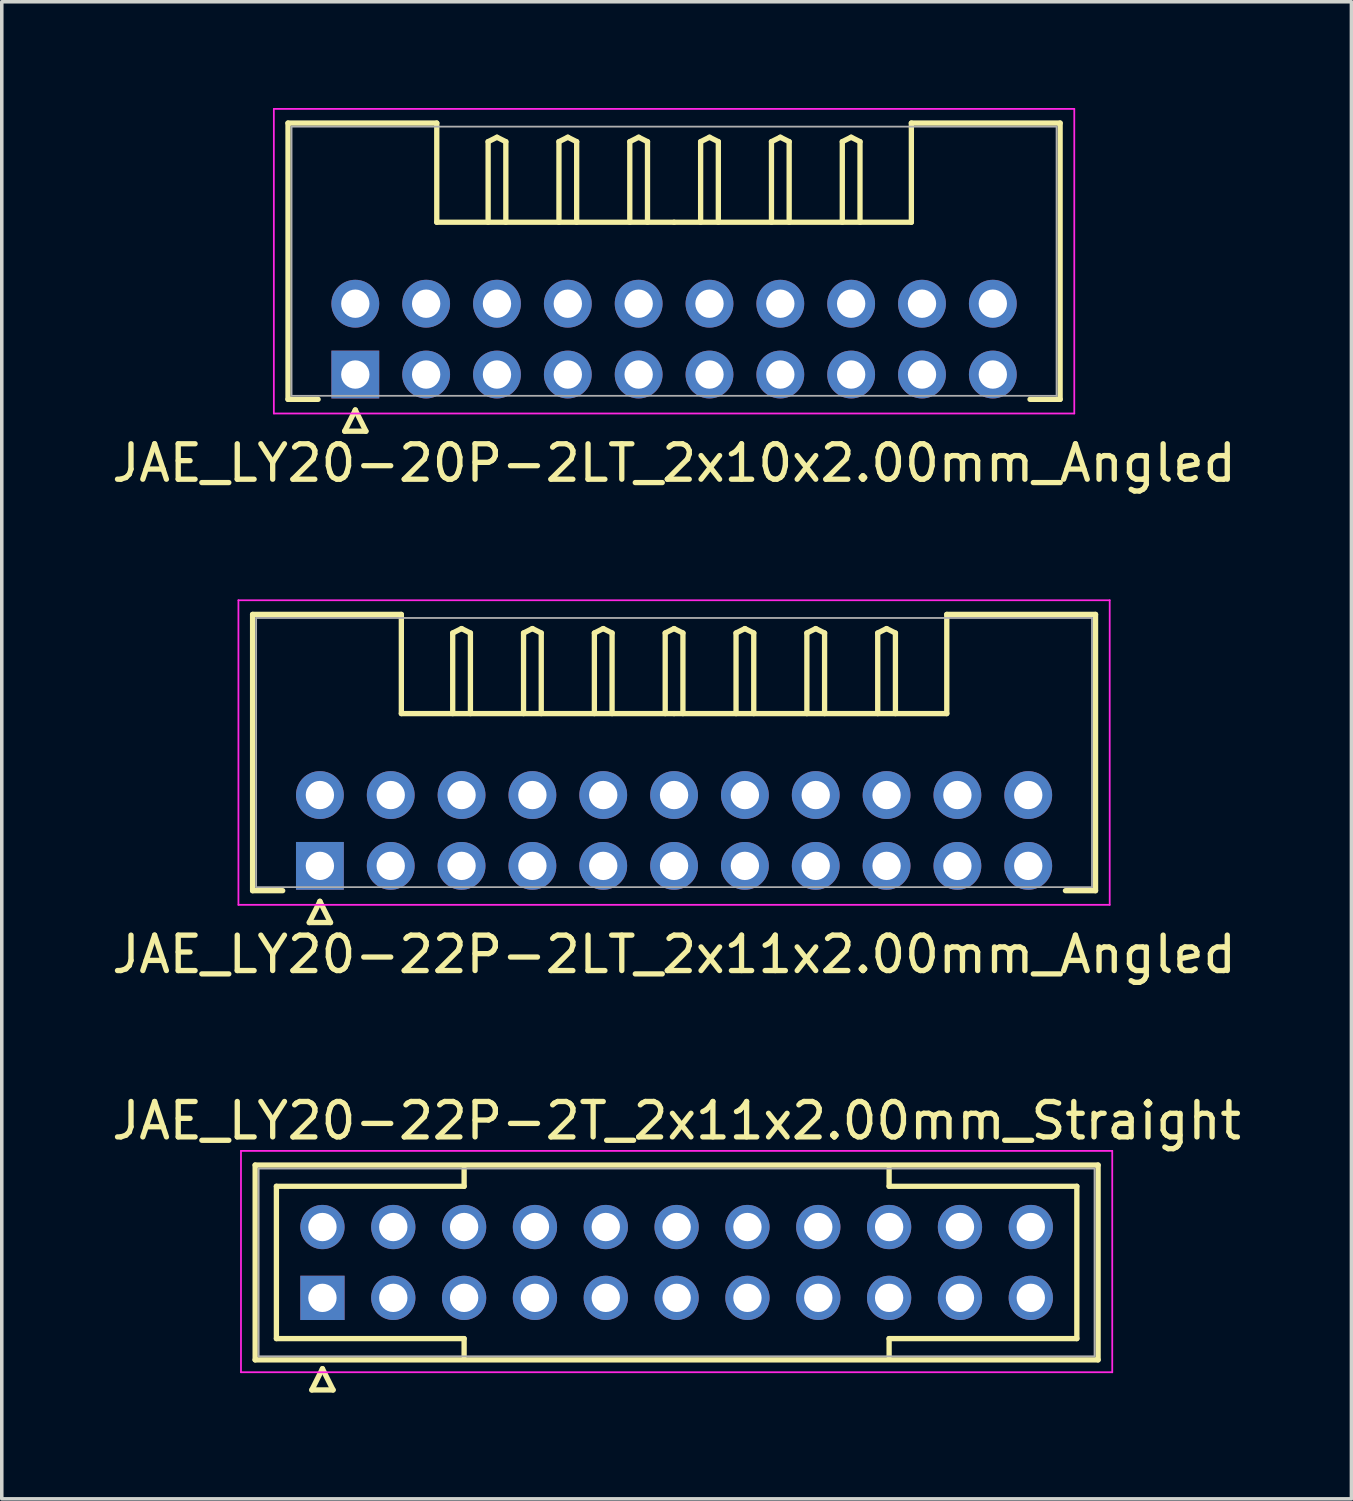
<source format=kicad_pcb>
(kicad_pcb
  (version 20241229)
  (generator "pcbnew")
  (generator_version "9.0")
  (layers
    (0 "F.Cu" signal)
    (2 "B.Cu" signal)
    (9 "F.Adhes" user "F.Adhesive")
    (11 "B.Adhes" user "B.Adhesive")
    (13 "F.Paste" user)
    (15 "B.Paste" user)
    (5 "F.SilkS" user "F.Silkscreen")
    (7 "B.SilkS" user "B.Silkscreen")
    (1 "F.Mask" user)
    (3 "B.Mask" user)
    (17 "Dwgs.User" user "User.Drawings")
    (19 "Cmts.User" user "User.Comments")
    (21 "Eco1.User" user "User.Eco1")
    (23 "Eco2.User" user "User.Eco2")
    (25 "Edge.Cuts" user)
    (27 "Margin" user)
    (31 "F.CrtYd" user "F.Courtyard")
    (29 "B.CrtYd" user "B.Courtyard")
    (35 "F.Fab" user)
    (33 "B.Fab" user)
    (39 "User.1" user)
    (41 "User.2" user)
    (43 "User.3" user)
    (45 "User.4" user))
  (footprint "JAE_LY20-22P-2LT_2x11x2.00mm_Angled"
    (layer "F.Cu")
    (at 5.982 21.398)
    (property "Reference" "JAE_LY20-22P-2LT_2x11x2.00mm_Angled" (at 10 2.5 0) (layer "F.SilkS") (effects (font (size 1 1) (thickness 0.15))))
    (attr through_hole)
    (fp_line (start -1.9 -7.1) (end 2.3 -7.1) (stroke (width 0.15) (type solid)) (layer "F.SilkS"))
    (fp_line (start -1.9 0.7) (end -1.9 -7.1) (stroke (width 0.15) (type solid)) (layer "F.SilkS"))
    (fp_line (start -1.05 0.7) (end -1.9 0.7) (stroke (width 0.15) (type solid)) (layer "F.SilkS"))
    (fp_line (start -0.3 1.6) (end 0.3 1.6) (stroke (width 0.15) (type solid)) (layer "F.SilkS"))
    (fp_line (start 0 1) (end -0.3 1.6) (stroke (width 0.15) (type solid)) (layer "F.SilkS"))
    (fp_line (start 0.3 1.6) (end 0 1) (stroke (width 0.15) (type solid)) (layer "F.SilkS"))
    (fp_line (start 2.3 -7.1) (end 2.3 -4.3) (stroke (width 0.15) (type solid)) (layer "F.SilkS"))
    (fp_line (start 2.3 -4.3) (end 10 -4.3) (stroke (width 0.15) (type solid)) (layer "F.SilkS"))
    (fp_line (start 3.75 -6.575) (end 4 -6.7) (stroke (width 0.15) (type solid)) (layer "F.SilkS"))
    (fp_line (start 3.75 -4.3) (end 3.75 -6.575) (stroke (width 0.15) (type solid)) (layer "F.SilkS"))
    (fp_line (start 4 -6.7) (end 4.25 -6.575) (stroke (width 0.15) (type solid)) (layer "F.SilkS"))
    (fp_line (start 4.25 -6.575) (end 4.25 -4.3) (stroke (width 0.15) (type solid)) (layer "F.SilkS"))
    (fp_line (start 5.75 -6.575) (end 6 -6.7) (stroke (width 0.15) (type solid)) (layer "F.SilkS"))
    (fp_line (start 5.75 -4.3) (end 5.75 -6.575) (stroke (width 0.15) (type solid)) (layer "F.SilkS"))
    (fp_line (start 6 -6.7) (end 6.25 -6.575) (stroke (width 0.15) (type solid)) (layer "F.SilkS"))
    (fp_line (start 6.25 -6.575) (end 6.25 -4.3) (stroke (width 0.15) (type solid)) (layer "F.SilkS"))
    (fp_line (start 7.75 -6.575) (end 8 -6.7) (stroke (width 0.15) (type solid)) (layer "F.SilkS"))
    (fp_line (start 7.75 -4.3) (end 7.75 -6.575) (stroke (width 0.15) (type solid)) (layer "F.SilkS"))
    (fp_line (start 8 -6.7) (end 8.25 -6.575) (stroke (width 0.15) (type solid)) (layer "F.SilkS"))
    (fp_line (start 8.25 -6.575) (end 8.25 -4.3) (stroke (width 0.15) (type solid)) (layer "F.SilkS"))
    (fp_line (start 9.75 -6.575) (end 10 -6.7) (stroke (width 0.15) (type solid)) (layer "F.SilkS"))
    (fp_line (start 9.75 -4.3) (end 9.75 -6.575) (stroke (width 0.15) (type solid)) (layer "F.SilkS"))
    (fp_line (start 10 -6.7) (end 10.25 -6.575) (stroke (width 0.15) (type solid)) (layer "F.SilkS"))
    (fp_line (start 10.25 -6.575) (end 10.25 -4.3) (stroke (width 0.15) (type solid)) (layer "F.SilkS"))
    (fp_line (start 11.75 -6.575) (end 12 -6.7) (stroke (width 0.15) (type solid)) (layer "F.SilkS"))
    (fp_line (start 11.75 -4.3) (end 11.75 -6.575) (stroke (width 0.15) (type solid)) (layer "F.SilkS"))
    (fp_line (start 12 -6.7) (end 12.25 -6.575) (stroke (width 0.15) (type solid)) (layer "F.SilkS"))
    (fp_line (start 12.25 -6.575) (end 12.25 -4.3) (stroke (width 0.15) (type solid)) (layer "F.SilkS"))
    (fp_line (start 13.75 -6.575) (end 14 -6.7) (stroke (width 0.15) (type solid)) (layer "F.SilkS"))
    (fp_line (start 13.75 -4.3) (end 13.75 -6.575) (stroke (width 0.15) (type solid)) (layer "F.SilkS"))
    (fp_line (start 14 -6.7) (end 14.25 -6.575) (stroke (width 0.15) (type solid)) (layer "F.SilkS"))
    (fp_line (start 14.25 -6.575) (end 14.25 -4.3) (stroke (width 0.15) (type solid)) (layer "F.SilkS"))
    (fp_line (start 15.75 -6.575) (end 16 -6.7) (stroke (width 0.15) (type solid)) (layer "F.SilkS"))
    (fp_line (start 15.75 -4.3) (end 15.75 -6.575) (stroke (width 0.15) (type solid)) (layer "F.SilkS"))
    (fp_line (start 16 -6.7) (end 16.25 -6.575) (stroke (width 0.15) (type solid)) (layer "F.SilkS"))
    (fp_line (start 16.25 -6.575) (end 16.25 -4.3) (stroke (width 0.15) (type solid)) (layer "F.SilkS"))
    (fp_line (start 17.7 -7.1) (end 17.7 -4.3) (stroke (width 0.15) (type solid)) (layer "F.SilkS"))
    (fp_line (start 17.7 -4.3) (end 10 -4.3) (stroke (width 0.15) (type solid)) (layer "F.SilkS"))
    (fp_line (start 21.05 0.7) (end 21.9 0.7) (stroke (width 0.15) (type solid)) (layer "F.SilkS"))
    (fp_line (start 21.9 -7.1) (end 17.7 -7.1) (stroke (width 0.15) (type solid)) (layer "F.SilkS"))
    (fp_line (start 21.9 0.7) (end 21.9 -7.1) (stroke (width 0.15) (type solid)) (layer "F.SilkS"))
    (fp_line (start -2.3 -7.5) (end -2.3 1.1) (stroke (width 0.05) (type solid)) (layer "F.CrtYd"))
    (fp_line (start -2.3 1.1) (end 22.3 1.1) (stroke (width 0.05) (type solid)) (layer "F.CrtYd"))
    (fp_line (start 22.3 -7.5) (end -2.3 -7.5) (stroke (width 0.05) (type solid)) (layer "F.CrtYd"))
    (fp_line (start 22.3 1.1) (end 22.3 -7.5) (stroke (width 0.05) (type solid)) (layer "F.CrtYd"))
    (fp_line (start -1.8 -7) (end -1.8 0.6) (stroke (width 0.05) (type solid)) (layer "F.Fab"))
    (fp_line (start -1.8 0.6) (end 21.8 0.6) (stroke (width 0.05) (type solid)) (layer "F.Fab"))
    (fp_line (start 21.8 -7) (end -1.8 -7) (stroke (width 0.05) (type solid)) (layer "F.Fab"))
    (fp_line (start 21.8 0.6) (end 21.8 -7) (stroke (width 0.05) (type solid)) (layer "F.Fab"))
    (pad "1" thru_hole rect (at 0 0) (size 1.35 1.35) (drill 0.8) (layers "*.Cu" "*.Mask"))
    (pad "2" thru_hole circle (at 2 0) (size 1.35 1.35) (drill 0.8) (layers "*.Cu" "*.Mask"))
    (pad "3" thru_hole circle (at 4 0) (size 1.35 1.35) (drill 0.8) (layers "*.Cu" "*.Mask"))
    (pad "4" thru_hole circle (at 6 0) (size 1.35 1.35) (drill 0.8) (layers "*.Cu" "*.Mask"))
    (pad "5" thru_hole circle (at 8 0) (size 1.35 1.35) (drill 0.8) (layers "*.Cu" "*.Mask"))
    (pad "6" thru_hole circle (at 10 0) (size 1.35 1.35) (drill 0.8) (layers "*.Cu" "*.Mask"))
    (pad "7" thru_hole circle (at 12 0) (size 1.35 1.35) (drill 0.8) (layers "*.Cu" "*.Mask"))
    (pad "8" thru_hole circle (at 14 0) (size 1.35 1.35) (drill 0.8) (layers "*.Cu" "*.Mask"))
    (pad "9" thru_hole circle (at 16 0) (size 1.35 1.35) (drill 0.8) (layers "*.Cu" "*.Mask"))
    (pad "10" thru_hole circle (at 18 0) (size 1.35 1.35) (drill 0.8) (layers "*.Cu" "*.Mask"))
    (pad "11" thru_hole circle (at 20 0) (size 1.35 1.35) (drill 0.8) (layers "*.Cu" "*.Mask"))
    (pad "12" thru_hole circle (at 0 -2) (size 1.35 1.35) (drill 0.8) (layers "*.Cu" "*.Mask"))
    (pad "13" thru_hole circle (at 2 -2) (size 1.35 1.35) (drill 0.8) (layers "*.Cu" "*.Mask"))
    (pad "14" thru_hole circle (at 4 -2) (size 1.35 1.35) (drill 0.8) (layers "*.Cu" "*.Mask"))
    (pad "15" thru_hole circle (at 6 -2) (size 1.35 1.35) (drill 0.8) (layers "*.Cu" "*.Mask"))
    (pad "16" thru_hole circle (at 8 -2) (size 1.35 1.35) (drill 0.8) (layers "*.Cu" "*.Mask"))
    (pad "17" thru_hole circle (at 10 -2) (size 1.35 1.35) (drill 0.8) (layers "*.Cu" "*.Mask"))
    (pad "18" thru_hole circle (at 12 -2) (size 1.35 1.35) (drill 0.8) (layers "*.Cu" "*.Mask"))
    (pad "19" thru_hole circle (at 14 -2) (size 1.35 1.35) (drill 0.8) (layers "*.Cu" "*.Mask"))
    (pad "20" thru_hole circle (at 16 -2) (size 1.35 1.35) (drill 0.8) (layers "*.Cu" "*.Mask"))
    (pad "21" thru_hole circle (at 18 -2) (size 1.35 1.35) (drill 0.8) (layers "*.Cu" "*.Mask"))
    (pad "22" thru_hole circle (at 20 -2) (size 1.35 1.35) (drill 0.8) (layers "*.Cu" "*.Mask")))
  (footprint "JAE_LY20-20P-2LT_2x10x2.00mm_Angled"
    (layer "F.Cu")
    (at 6.982 7.525)
    (property "Reference" "JAE_LY20-20P-2LT_2x10x2.00mm_Angled" (at 9 2.5 0) (layer "F.SilkS") (effects (font (size 1 1) (thickness 0.15))))
    (attr through_hole)
    (fp_line (start -1.9 -7.1) (end 2.3 -7.1) (stroke (width 0.15) (type solid)) (layer "F.SilkS"))
    (fp_line (start -1.9 0.7) (end -1.9 -7.1) (stroke (width 0.15) (type solid)) (layer "F.SilkS"))
    (fp_line (start -1.05 0.7) (end -1.9 0.7) (stroke (width 0.15) (type solid)) (layer "F.SilkS"))
    (fp_line (start -0.3 1.6) (end 0.3 1.6) (stroke (width 0.15) (type solid)) (layer "F.SilkS"))
    (fp_line (start 0 1) (end -0.3 1.6) (stroke (width 0.15) (type solid)) (layer "F.SilkS"))
    (fp_line (start 0.3 1.6) (end 0 1) (stroke (width 0.15) (type solid)) (layer "F.SilkS"))
    (fp_line (start 2.3 -7.1) (end 2.3 -4.3) (stroke (width 0.15) (type solid)) (layer "F.SilkS"))
    (fp_line (start 2.3 -4.3) (end 9 -4.3) (stroke (width 0.15) (type solid)) (layer "F.SilkS"))
    (fp_line (start 3.75 -6.575) (end 4 -6.7) (stroke (width 0.15) (type solid)) (layer "F.SilkS"))
    (fp_line (start 3.75 -4.3) (end 3.75 -6.575) (stroke (width 0.15) (type solid)) (layer "F.SilkS"))
    (fp_line (start 4 -6.7) (end 4.25 -6.575) (stroke (width 0.15) (type solid)) (layer "F.SilkS"))
    (fp_line (start 4.25 -6.575) (end 4.25 -4.3) (stroke (width 0.15) (type solid)) (layer "F.SilkS"))
    (fp_line (start 5.75 -6.575) (end 6 -6.7) (stroke (width 0.15) (type solid)) (layer "F.SilkS"))
    (fp_line (start 5.75 -4.3) (end 5.75 -6.575) (stroke (width 0.15) (type solid)) (layer "F.SilkS"))
    (fp_line (start 6 -6.7) (end 6.25 -6.575) (stroke (width 0.15) (type solid)) (layer "F.SilkS"))
    (fp_line (start 6.25 -6.575) (end 6.25 -4.3) (stroke (width 0.15) (type solid)) (layer "F.SilkS"))
    (fp_line (start 7.75 -6.575) (end 8 -6.7) (stroke (width 0.15) (type solid)) (layer "F.SilkS"))
    (fp_line (start 7.75 -4.3) (end 7.75 -6.575) (stroke (width 0.15) (type solid)) (layer "F.SilkS"))
    (fp_line (start 8 -6.7) (end 8.25 -6.575) (stroke (width 0.15) (type solid)) (layer "F.SilkS"))
    (fp_line (start 8.25 -6.575) (end 8.25 -4.3) (stroke (width 0.15) (type solid)) (layer "F.SilkS"))
    (fp_line (start 9.75 -6.575) (end 10 -6.7) (stroke (width 0.15) (type solid)) (layer "F.SilkS"))
    (fp_line (start 9.75 -4.3) (end 9.75 -6.575) (stroke (width 0.15) (type solid)) (layer "F.SilkS"))
    (fp_line (start 10 -6.7) (end 10.25 -6.575) (stroke (width 0.15) (type solid)) (layer "F.SilkS"))
    (fp_line (start 10.25 -6.575) (end 10.25 -4.3) (stroke (width 0.15) (type solid)) (layer "F.SilkS"))
    (fp_line (start 11.75 -6.575) (end 12 -6.7) (stroke (width 0.15) (type solid)) (layer "F.SilkS"))
    (fp_line (start 11.75 -4.3) (end 11.75 -6.575) (stroke (width 0.15) (type solid)) (layer "F.SilkS"))
    (fp_line (start 12 -6.7) (end 12.25 -6.575) (stroke (width 0.15) (type solid)) (layer "F.SilkS"))
    (fp_line (start 12.25 -6.575) (end 12.25 -4.3) (stroke (width 0.15) (type solid)) (layer "F.SilkS"))
    (fp_line (start 13.75 -6.575) (end 14 -6.7) (stroke (width 0.15) (type solid)) (layer "F.SilkS"))
    (fp_line (start 13.75 -4.3) (end 13.75 -6.575) (stroke (width 0.15) (type solid)) (layer "F.SilkS"))
    (fp_line (start 14 -6.7) (end 14.25 -6.575) (stroke (width 0.15) (type solid)) (layer "F.SilkS"))
    (fp_line (start 14.25 -6.575) (end 14.25 -4.3) (stroke (width 0.15) (type solid)) (layer "F.SilkS"))
    (fp_line (start 15.7 -7.1) (end 15.7 -4.3) (stroke (width 0.15) (type solid)) (layer "F.SilkS"))
    (fp_line (start 15.7 -4.3) (end 9 -4.3) (stroke (width 0.15) (type solid)) (layer "F.SilkS"))
    (fp_line (start 19.05 0.7) (end 19.9 0.7) (stroke (width 0.15) (type solid)) (layer "F.SilkS"))
    (fp_line (start 19.9 -7.1) (end 15.7 -7.1) (stroke (width 0.15) (type solid)) (layer "F.SilkS"))
    (fp_line (start 19.9 0.7) (end 19.9 -7.1) (stroke (width 0.15) (type solid)) (layer "F.SilkS"))
    (fp_line (start -2.3 -7.5) (end -2.3 1.1) (stroke (width 0.05) (type solid)) (layer "F.CrtYd"))
    (fp_line (start -2.3 1.1) (end 20.3 1.1) (stroke (width 0.05) (type solid)) (layer "F.CrtYd"))
    (fp_line (start 20.3 -7.5) (end -2.3 -7.5) (stroke (width 0.05) (type solid)) (layer "F.CrtYd"))
    (fp_line (start 20.3 1.1) (end 20.3 -7.5) (stroke (width 0.05) (type solid)) (layer "F.CrtYd"))
    (fp_line (start -1.8 -7) (end -1.8 0.6) (stroke (width 0.05) (type solid)) (layer "F.Fab"))
    (fp_line (start -1.8 0.6) (end 19.8 0.6) (stroke (width 0.05) (type solid)) (layer "F.Fab"))
    (fp_line (start 19.8 -7) (end -1.8 -7) (stroke (width 0.05) (type solid)) (layer "F.Fab"))
    (fp_line (start 19.8 0.6) (end 19.8 -7) (stroke (width 0.05) (type solid)) (layer "F.Fab"))
    (pad "1" thru_hole rect (at 0 0) (size 1.35 1.35) (drill 0.8) (layers "*.Cu" "*.Mask"))
    (pad "2" thru_hole circle (at 2 0) (size 1.35 1.35) (drill 0.8) (layers "*.Cu" "*.Mask"))
    (pad "3" thru_hole circle (at 4 0) (size 1.35 1.35) (drill 0.8) (layers "*.Cu" "*.Mask"))
    (pad "4" thru_hole circle (at 6 0) (size 1.35 1.35) (drill 0.8) (layers "*.Cu" "*.Mask"))
    (pad "5" thru_hole circle (at 8 0) (size 1.35 1.35) (drill 0.8) (layers "*.Cu" "*.Mask"))
    (pad "6" thru_hole circle (at 10 0) (size 1.35 1.35) (drill 0.8) (layers "*.Cu" "*.Mask"))
    (pad "7" thru_hole circle (at 12 0) (size 1.35 1.35) (drill 0.8) (layers "*.Cu" "*.Mask"))
    (pad "8" thru_hole circle (at 14 0) (size 1.35 1.35) (drill 0.8) (layers "*.Cu" "*.Mask"))
    (pad "9" thru_hole circle (at 16 0) (size 1.35 1.35) (drill 0.8) (layers "*.Cu" "*.Mask"))
    (pad "10" thru_hole circle (at 18 0) (size 1.35 1.35) (drill 0.8) (layers "*.Cu" "*.Mask"))
    (pad "11" thru_hole circle (at 0 -2) (size 1.35 1.35) (drill 0.8) (layers "*.Cu" "*.Mask"))
    (pad "12" thru_hole circle (at 2 -2) (size 1.35 1.35) (drill 0.8) (layers "*.Cu" "*.Mask"))
    (pad "13" thru_hole circle (at 4 -2) (size 1.35 1.35) (drill 0.8) (layers "*.Cu" "*.Mask"))
    (pad "14" thru_hole circle (at 6 -2) (size 1.35 1.35) (drill 0.8) (layers "*.Cu" "*.Mask"))
    (pad "15" thru_hole circle (at 8 -2) (size 1.35 1.35) (drill 0.8) (layers "*.Cu" "*.Mask"))
    (pad "16" thru_hole circle (at 10 -2) (size 1.35 1.35) (drill 0.8) (layers "*.Cu" "*.Mask"))
    (pad "17" thru_hole circle (at 12 -2) (size 1.35 1.35) (drill 0.8) (layers "*.Cu" "*.Mask"))
    (pad "18" thru_hole circle (at 14 -2) (size 1.35 1.35) (drill 0.8) (layers "*.Cu" "*.Mask"))
    (pad "19" thru_hole circle (at 16 -2) (size 1.35 1.35) (drill 0.8) (layers "*.Cu" "*.Mask"))
    (pad "20" thru_hole circle (at 18 -2) (size 1.35 1.35) (drill 0.8) (layers "*.Cu" "*.Mask")))
  (footprint "JAE_LY20-22P-2T_2x11x2.00mm_Straight"
    (layer "F.Cu")
    (at 6.054 33.595)
    (property "Reference" "JAE_LY20-22P-2T_2x11x2.00mm_Straight" (at 10 -5 0) (layer "F.SilkS") (effects (font (size 1 1) (thickness 0.15))))
    (attr through_hole)
    (fp_line (start -1.9 -3.75) (end -1.9 1.75) (stroke (width 0.15) (type solid)) (layer "F.SilkS"))
    (fp_line (start -1.9 1.75) (end 21.9 1.75) (stroke (width 0.15) (type solid)) (layer "F.SilkS"))
    (fp_line (start -1.3 -3.15) (end 4 -3.15) (stroke (width 0.15) (type solid)) (layer "F.SilkS"))
    (fp_line (start -1.3 1.15) (end -1.3 -3.15) (stroke (width 0.15) (type solid)) (layer "F.SilkS"))
    (fp_line (start -0.3 2.6) (end 0.3 2.6) (stroke (width 0.15) (type solid)) (layer "F.SilkS"))
    (fp_line (start 0 2) (end -0.3 2.6) (stroke (width 0.15) (type solid)) (layer "F.SilkS"))
    (fp_line (start 0.3 2.6) (end 0 2) (stroke (width 0.15) (type solid)) (layer "F.SilkS"))
    (fp_line (start 4 -3.15) (end 4 -3.65) (stroke (width 0.15) (type solid)) (layer "F.SilkS"))
    (fp_line (start 4 1.15) (end -1.3 1.15) (stroke (width 0.15) (type solid)) (layer "F.SilkS"))
    (fp_line (start 4 1.65) (end 4 1.15) (stroke (width 0.15) (type solid)) (layer "F.SilkS"))
    (fp_line (start 16 -3.15) (end 16 -3.65) (stroke (width 0.15) (type solid)) (layer "F.SilkS"))
    (fp_line (start 16 1.15) (end 21.3 1.15) (stroke (width 0.15) (type solid)) (layer "F.SilkS"))
    (fp_line (start 16 1.65) (end 16 1.15) (stroke (width 0.15) (type solid)) (layer "F.SilkS"))
    (fp_line (start 21.3 -3.15) (end 16 -3.15) (stroke (width 0.15) (type solid)) (layer "F.SilkS"))
    (fp_line (start 21.3 1.15) (end 21.3 -3.15) (stroke (width 0.15) (type solid)) (layer "F.SilkS"))
    (fp_line (start 21.9 -3.75) (end -1.9 -3.75) (stroke (width 0.15) (type solid)) (layer "F.SilkS"))
    (fp_line (start 21.9 1.75) (end 21.9 -3.75) (stroke (width 0.15) (type solid)) (layer "F.SilkS"))
    (fp_line (start -2.3 -4.15) (end -2.3 2.1) (stroke (width 0.05) (type solid)) (layer "F.CrtYd"))
    (fp_line (start -2.3 2.1) (end 22.3 2.1) (stroke (width 0.05) (type solid)) (layer "F.CrtYd"))
    (fp_line (start 22.3 -4.15) (end -2.3 -4.15) (stroke (width 0.05) (type solid)) (layer "F.CrtYd"))
    (fp_line (start 22.3 2.1) (end 22.3 -4.15) (stroke (width 0.05) (type solid)) (layer "F.CrtYd"))
    (fp_line (start -1.8 -3.65) (end -1.8 1.65) (stroke (width 0.05) (type solid)) (layer "F.Fab"))
    (fp_line (start -1.8 1.65) (end 21.8 1.65) (stroke (width 0.05) (type solid)) (layer "F.Fab"))
    (fp_line (start 21.8 -3.65) (end -1.8 -3.65) (stroke (width 0.05) (type solid)) (layer "F.Fab"))
    (fp_line (start 21.8 1.65) (end 21.8 -3.65) (stroke (width 0.05) (type solid)) (layer "F.Fab"))
    (pad "1" thru_hole rect (at 0 0) (size 1.25 1.25) (drill 0.8) (layers "*.Cu" "*.Mask"))
    (pad "2" thru_hole circle (at 2 0) (size 1.25 1.25) (drill 0.8) (layers "*.Cu" "*.Mask"))
    (pad "3" thru_hole circle (at 4 0) (size 1.25 1.25) (drill 0.8) (layers "*.Cu" "*.Mask"))
    (pad "4" thru_hole circle (at 6 0) (size 1.25 1.25) (drill 0.8) (layers "*.Cu" "*.Mask"))
    (pad "5" thru_hole circle (at 8 0) (size 1.25 1.25) (drill 0.8) (layers "*.Cu" "*.Mask"))
    (pad "6" thru_hole circle (at 10 0) (size 1.25 1.25) (drill 0.8) (layers "*.Cu" "*.Mask"))
    (pad "7" thru_hole circle (at 12 0) (size 1.25 1.25) (drill 0.8) (layers "*.Cu" "*.Mask"))
    (pad "8" thru_hole circle (at 14 0) (size 1.25 1.25) (drill 0.8) (layers "*.Cu" "*.Mask"))
    (pad "9" thru_hole circle (at 16 0) (size 1.25 1.25) (drill 0.8) (layers "*.Cu" "*.Mask"))
    (pad "10" thru_hole circle (at 18 0) (size 1.25 1.25) (drill 0.8) (layers "*.Cu" "*.Mask"))
    (pad "11" thru_hole circle (at 20 0) (size 1.25 1.25) (drill 0.8) (layers "*.Cu" "*.Mask"))
    (pad "12" thru_hole circle (at 0 -2) (size 1.25 1.25) (drill 0.8) (layers "*.Cu" "*.Mask"))
    (pad "13" thru_hole circle (at 2 -2) (size 1.25 1.25) (drill 0.8) (layers "*.Cu" "*.Mask"))
    (pad "14" thru_hole circle (at 4 -2) (size 1.25 1.25) (drill 0.8) (layers "*.Cu" "*.Mask"))
    (pad "15" thru_hole circle (at 6 -2) (size 1.25 1.25) (drill 0.8) (layers "*.Cu" "*.Mask"))
    (pad "16" thru_hole circle (at 8 -2) (size 1.25 1.25) (drill 0.8) (layers "*.Cu" "*.Mask"))
    (pad "17" thru_hole circle (at 10 -2) (size 1.25 1.25) (drill 0.8) (layers "*.Cu" "*.Mask"))
    (pad "18" thru_hole circle (at 12 -2) (size 1.25 1.25) (drill 0.8) (layers "*.Cu" "*.Mask"))
    (pad "19" thru_hole circle (at 14 -2) (size 1.25 1.25) (drill 0.8) (layers "*.Cu" "*.Mask"))
    (pad "20" thru_hole circle (at 16 -2) (size 1.25 1.25) (drill 0.8) (layers "*.Cu" "*.Mask"))
    (pad "21" thru_hole circle (at 18 -2) (size 1.25 1.25) (drill 0.8) (layers "*.Cu" "*.Mask"))
    (pad "22" thru_hole circle (at 20 -2) (size 1.25 1.25) (drill 0.8) (layers "*.Cu" "*.Mask")))
  (gr_rect
    (start -3 -3)
    (end 35.107 39.27)
    (stroke (width 0.1) (type default))
    (fill no)
    (layer "Edge.Cuts")))
</source>
